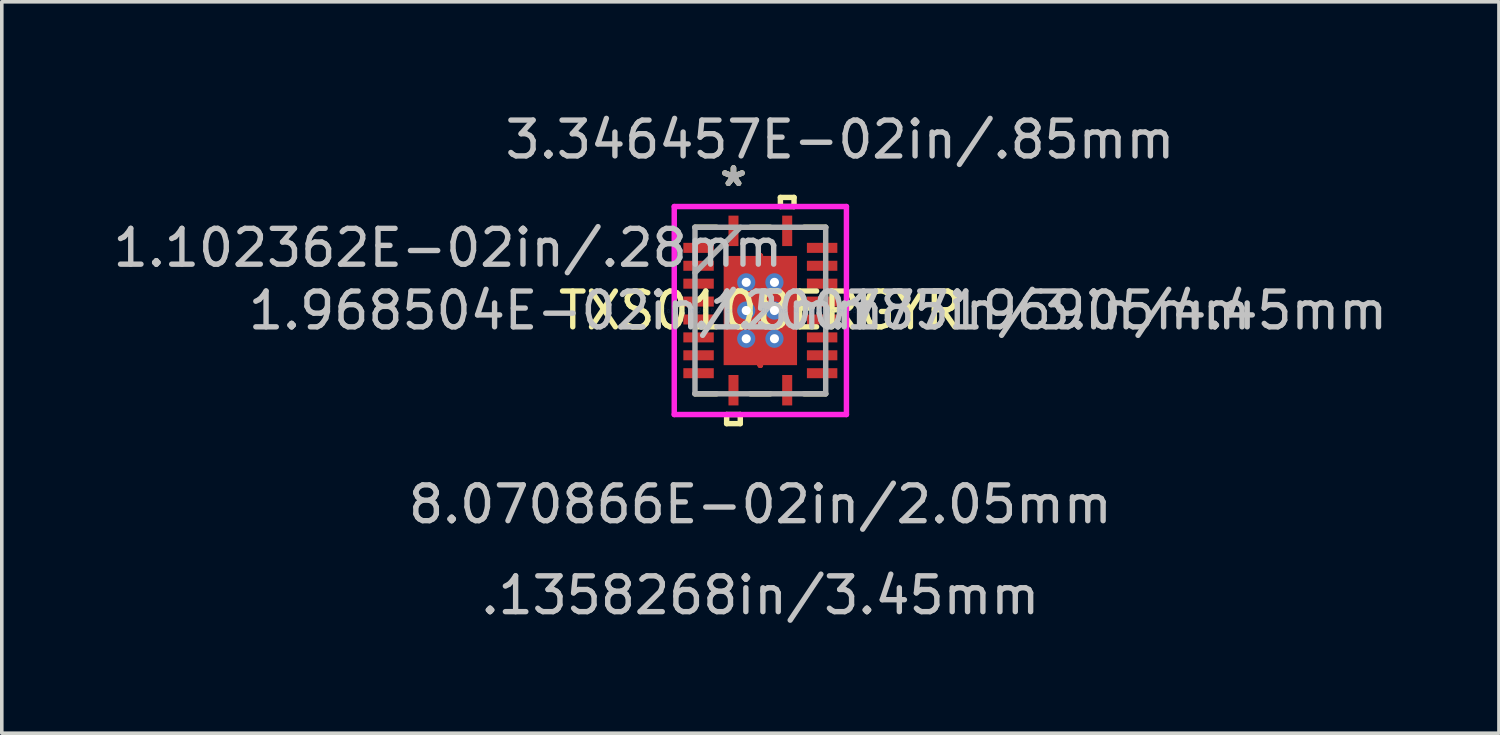
<source format=kicad_pcb>
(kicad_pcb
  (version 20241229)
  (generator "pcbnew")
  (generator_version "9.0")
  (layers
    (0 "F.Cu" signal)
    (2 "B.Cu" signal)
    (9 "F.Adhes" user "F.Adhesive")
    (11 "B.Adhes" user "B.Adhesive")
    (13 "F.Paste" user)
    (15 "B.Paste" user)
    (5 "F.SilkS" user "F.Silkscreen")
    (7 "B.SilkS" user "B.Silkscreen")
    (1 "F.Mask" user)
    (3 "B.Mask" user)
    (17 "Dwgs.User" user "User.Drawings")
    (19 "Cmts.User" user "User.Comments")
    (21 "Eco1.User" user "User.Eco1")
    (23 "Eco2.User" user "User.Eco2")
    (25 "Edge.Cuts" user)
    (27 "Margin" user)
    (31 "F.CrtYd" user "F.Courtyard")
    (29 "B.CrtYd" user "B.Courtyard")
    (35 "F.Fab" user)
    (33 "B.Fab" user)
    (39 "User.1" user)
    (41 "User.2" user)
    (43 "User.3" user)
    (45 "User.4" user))
  (footprint "TXS0108ERGYR"
    (layer "F.Cu")
    (at 18.181 5.621)
    (property "Reference" "TXS0108ERGYR" (at 0 0 0) (layer "F.SilkS") (effects (font (size 1 1) (thickness 0.15))))
    (attr through_hole)
    (fp_line (start 0 -1.525) (end 0 -1.525) (stroke (width 0.152) (type solid)) (layer "F.Cu"))
    (fp_line (start 0 -1.525) (end 0 -1.525) (stroke (width 0.152) (type solid)) (layer "F.Cu"))
    (fp_line (start 0 -1.525) (end 0 -1.525) (stroke (width 0.152) (type solid)) (layer "F.Cu"))
    (fp_line (start 0 -1.525) (end 0 -1.525) (stroke (width 0.152) (type solid)) (layer "F.Cu"))
    (fp_line (start 0 -1.525) (end 0 -1.525) (stroke (width 0.152) (type solid)) (layer "F.Cu"))
    (fp_line (start 0 -1.525) (end 0 -1.525) (stroke (width 0.152) (type solid)) (layer "F.Cu"))
    (fp_line (start 0 -1.525) (end 0 -1.525) (stroke (width 0.152) (type solid)) (layer "F.Cu"))
    (fp_line (start 0 -1.525) (end 0 -1.525) (stroke (width 0.152) (type solid)) (layer "F.Cu"))
    (fp_line (start 0 1.525) (end 0 1.525) (stroke (width 0.152) (type solid)) (layer "F.Cu"))
    (fp_line (start 0 1.525) (end 0 1.525) (stroke (width 0.152) (type solid)) (layer "F.Cu"))
    (fp_line (start 0 1.525) (end 0 1.525) (stroke (width 0.152) (type solid)) (layer "F.Cu"))
    (fp_line (start 0 1.525) (end 0 1.525) (stroke (width 0.152) (type solid)) (layer "F.Cu"))
    (fp_line (start 0 1.525) (end 0 1.525) (stroke (width 0.152) (type solid)) (layer "F.Cu"))
    (fp_line (start 0 1.525) (end 0 1.525) (stroke (width 0.152) (type solid)) (layer "F.Cu"))
    (fp_line (start 0 1.525) (end 0 1.525) (stroke (width 0.152) (type solid)) (layer "F.Cu"))
    (fp_line (start 0 1.525) (end 0 1.525) (stroke (width 0.152) (type solid)) (layer "F.Cu"))
    (fp_line (start -2.22 -1.96) (end -2.22 -1.54) (stroke (width 0.152) (type solid)) (layer "F.Mask"))
    (fp_line (start -2.22 -1.54) (end -1.23 -1.54) (stroke (width 0.152) (type solid)) (layer "F.Mask"))
    (fp_line (start -2.22 -1.46) (end -2.22 -1.04) (stroke (width 0.152) (type solid)) (layer "F.Mask"))
    (fp_line (start -2.22 -1.04) (end -1.23 -1.04) (stroke (width 0.152) (type solid)) (layer "F.Mask"))
    (fp_line (start -2.22 -0.96) (end -2.22 -0.54) (stroke (width 0.152) (type solid)) (layer "F.Mask"))
    (fp_line (start -2.22 -0.54) (end -1.23 -0.54) (stroke (width 0.152) (type solid)) (layer "F.Mask"))
    (fp_line (start -2.22 -0.46) (end -2.22 -0.04) (stroke (width 0.152) (type solid)) (layer "F.Mask"))
    (fp_line (start -2.22 -0.04) (end -1.23 -0.04) (stroke (width 0.152) (type solid)) (layer "F.Mask"))
    (fp_line (start -2.22 0.04) (end -2.22 0.46) (stroke (width 0.152) (type solid)) (layer "F.Mask"))
    (fp_line (start -2.22 0.46) (end -1.23 0.46) (stroke (width 0.152) (type solid)) (layer "F.Mask"))
    (fp_line (start -2.22 0.54) (end -2.22 0.96) (stroke (width 0.152) (type solid)) (layer "F.Mask"))
    (fp_line (start -2.22 0.96) (end -1.23 0.96) (stroke (width 0.152) (type solid)) (layer "F.Mask"))
    (fp_line (start -2.22 1.04) (end -2.22 1.46) (stroke (width 0.152) (type solid)) (layer "F.Mask"))
    (fp_line (start -2.22 1.46) (end -1.23 1.46) (stroke (width 0.152) (type solid)) (layer "F.Mask"))
    (fp_line (start -2.22 1.54) (end -2.22 1.96) (stroke (width 0.152) (type solid)) (layer "F.Mask"))
    (fp_line (start -2.22 1.96) (end -1.23 1.96) (stroke (width 0.152) (type solid)) (layer "F.Mask"))
    (fp_line (start -1.23 -1.96) (end -2.22 -1.96) (stroke (width 0.152) (type solid)) (layer "F.Mask"))
    (fp_line (start -1.23 -1.54) (end -1.23 -1.96) (stroke (width 0.152) (type solid)) (layer "F.Mask"))
    (fp_line (start -1.23 -1.46) (end -2.22 -1.46) (stroke (width 0.152) (type solid)) (layer "F.Mask"))
    (fp_line (start -1.23 -1.04) (end -1.23 -1.46) (stroke (width 0.152) (type solid)) (layer "F.Mask"))
    (fp_line (start -1.23 -0.96) (end -2.22 -0.96) (stroke (width 0.152) (type solid)) (layer "F.Mask"))
    (fp_line (start -1.23 -0.54) (end -1.23 -0.96) (stroke (width 0.152) (type solid)) (layer "F.Mask"))
    (fp_line (start -1.23 -0.46) (end -2.22 -0.46) (stroke (width 0.152) (type solid)) (layer "F.Mask"))
    (fp_line (start -1.23 -0.04) (end -1.23 -0.46) (stroke (width 0.152) (type solid)) (layer "F.Mask"))
    (fp_line (start -1.23 0.04) (end -2.22 0.04) (stroke (width 0.152) (type solid)) (layer "F.Mask"))
    (fp_line (start -1.23 0.46) (end -1.23 0.04) (stroke (width 0.152) (type solid)) (layer "F.Mask"))
    (fp_line (start -1.23 0.54) (end -2.22 0.54) (stroke (width 0.152) (type solid)) (layer "F.Mask"))
    (fp_line (start -1.23 0.96) (end -1.23 0.54) (stroke (width 0.152) (type solid)) (layer "F.Mask"))
    (fp_line (start -1.23 1.04) (end -2.22 1.04) (stroke (width 0.152) (type solid)) (layer "F.Mask"))
    (fp_line (start -1.23 1.46) (end -1.23 1.04) (stroke (width 0.152) (type solid)) (layer "F.Mask"))
    (fp_line (start -1.23 1.54) (end -2.22 1.54) (stroke (width 0.152) (type solid)) (layer "F.Mask"))
    (fp_line (start -1.23 1.96) (end -1.23 1.54) (stroke (width 0.152) (type solid)) (layer "F.Mask"))
    (fp_line (start -1.089 -1.588) (end -0.594 -1.588) (stroke (width 0.152) (type solid)) (layer "F.Mask"))
    (fp_line (start -1.089 -1.588) (end 1.089 -1.588) (stroke (width 0.152) (type solid)) (layer "F.Mask"))
    (fp_line (start -1.089 -0.987) (end -1.089 -1.588) (stroke (width 0.152) (type solid)) (layer "F.Mask"))
    (fp_line (start -1.089 -0.587) (end 1.089 -0.587) (stroke (width 0.152) (type solid)) (layer "F.Mask"))
    (fp_line (start -1.089 -0.2) (end -1.089 -0.587) (stroke (width 0.152) (type solid)) (layer "F.Mask"))
    (fp_line (start -1.089 0.2) (end 1.089 0.2) (stroke (width 0.152) (type solid)) (layer "F.Mask"))
    (fp_line (start -1.089 0.587) (end -1.089 0.2) (stroke (width 0.152) (type solid)) (layer "F.Mask"))
    (fp_line (start -1.089 0.987) (end 1.089 0.987) (stroke (width 0.152) (type solid)) (layer "F.Mask"))
    (fp_line (start -1.089 1.588) (end -1.089 -1.588) (stroke (width 0.152) (type solid)) (layer "F.Mask"))
    (fp_line (start -1.089 1.588) (end -1.089 0.987) (stroke (width 0.152) (type solid)) (layer "F.Mask"))
    (fp_line (start -0.96 -2.72) (end -0.96 -1.73) (stroke (width 0.152) (type solid)) (layer "F.Mask"))
    (fp_line (start -0.96 -1.73) (end -0.54 -1.73) (stroke (width 0.152) (type solid)) (layer "F.Mask"))
    (fp_line (start -0.96 1.73) (end -0.96 2.72) (stroke (width 0.152) (type solid)) (layer "F.Mask"))
    (fp_line (start -0.96 2.72) (end -0.54 2.72) (stroke (width 0.152) (type solid)) (layer "F.Mask"))
    (fp_line (start -0.594 -1.588) (end -0.594 1.588) (stroke (width 0.152) (type solid)) (layer "F.Mask"))
    (fp_line (start -0.594 1.588) (end -1.089 1.588) (stroke (width 0.152) (type solid)) (layer "F.Mask"))
    (fp_line (start -0.54 -2.72) (end -0.96 -2.72) (stroke (width 0.152) (type solid)) (layer "F.Mask"))
    (fp_line (start -0.54 -1.73) (end -0.54 -2.72) (stroke (width 0.152) (type solid)) (layer "F.Mask"))
    (fp_line (start -0.54 1.73) (end -0.96 1.73) (stroke (width 0.152) (type solid)) (layer "F.Mask"))
    (fp_line (start -0.54 2.72) (end -0.54 1.73) (stroke (width 0.152) (type solid)) (layer "F.Mask"))
    (fp_line (start -0.194 -1.588) (end -0.194 1.588) (stroke (width 0.152) (type solid)) (layer "F.Mask"))
    (fp_line (start -0.194 1.588) (end 0.194 1.588) (stroke (width 0.152) (type solid)) (layer "F.Mask"))
    (fp_line (start 0 -1.525) (end 0 -1.525) (stroke (width 0.152) (type solid)) (layer "F.Mask"))
    (fp_line (start 0 -1.525) (end 0 -1.525) (stroke (width 0.152) (type solid)) (layer "F.Mask"))
    (fp_line (start 0 -1.525) (end 0 -1.525) (stroke (width 0.152) (type solid)) (layer "F.Mask"))
    (fp_line (start 0 -1.525) (end 0 -1.525) (stroke (width 0.152) (type solid)) (layer "F.Mask"))
    (fp_line (start 0 -1.525) (end 0 -1.525) (stroke (width 0.152) (type solid)) (layer "F.Mask"))
    (fp_line (start 0 -1.525) (end 0 -1.525) (stroke (width 0.152) (type solid)) (layer "F.Mask"))
    (fp_line (start 0 -1.525) (end 0 -1.525) (stroke (width 0.152) (type solid)) (layer "F.Mask"))
    (fp_line (start 0 -1.525) (end 0 -1.525) (stroke (width 0.152) (type solid)) (layer "F.Mask"))
    (fp_line (start 0 1.525) (end 0 1.525) (stroke (width 0.152) (type solid)) (layer "F.Mask"))
    (fp_line (start 0 1.525) (end 0 1.525) (stroke (width 0.152) (type solid)) (layer "F.Mask"))
    (fp_line (start 0 1.525) (end 0 1.525) (stroke (width 0.152) (type solid)) (layer "F.Mask"))
    (fp_line (start 0 1.525) (end 0 1.525) (stroke (width 0.152) (type solid)) (layer "F.Mask"))
    (fp_line (start 0 1.525) (end 0 1.525) (stroke (width 0.152) (type solid)) (layer "F.Mask"))
    (fp_line (start 0 1.525) (end 0 1.525) (stroke (width 0.152) (type solid)) (layer "F.Mask"))
    (fp_line (start 0 1.525) (end 0 1.525) (stroke (width 0.152) (type solid)) (layer "F.Mask"))
    (fp_line (start 0 1.525) (end 0 1.525) (stroke (width 0.152) (type solid)) (layer "F.Mask"))
    (fp_line (start 0.194 -1.588) (end -0.194 -1.588) (stroke (width 0.152) (type solid)) (layer "F.Mask"))
    (fp_line (start 0.194 1.588) (end 0.194 -1.588) (stroke (width 0.152) (type solid)) (layer "F.Mask"))
    (fp_line (start 0.54 -2.72) (end 0.54 -1.73) (stroke (width 0.152) (type solid)) (layer "F.Mask"))
    (fp_line (start 0.54 -1.73) (end 0.96 -1.73) (stroke (width 0.152) (type solid)) (layer "F.Mask"))
    (fp_line (start 0.54 1.73) (end 0.54 2.72) (stroke (width 0.152) (type solid)) (layer "F.Mask"))
    (fp_line (start 0.54 2.72) (end 0.96 2.72) (stroke (width 0.152) (type solid)) (layer "F.Mask"))
    (fp_line (start 0.594 -1.588) (end 1.089 -1.588) (stroke (width 0.152) (type solid)) (layer "F.Mask"))
    (fp_line (start 0.594 1.588) (end 0.594 -1.588) (stroke (width 0.152) (type solid)) (layer "F.Mask"))
    (fp_line (start 0.96 -2.72) (end 0.54 -2.72) (stroke (width 0.152) (type solid)) (layer "F.Mask"))
    (fp_line (start 0.96 -1.73) (end 0.96 -2.72) (stroke (width 0.152) (type solid)) (layer "F.Mask"))
    (fp_line (start 0.96 1.73) (end 0.54 1.73) (stroke (width 0.152) (type solid)) (layer "F.Mask"))
    (fp_line (start 0.96 2.72) (end 0.96 1.73) (stroke (width 0.152) (type solid)) (layer "F.Mask"))
    (fp_line (start 1.089 -1.588) (end 1.089 -0.987) (stroke (width 0.152) (type solid)) (layer "F.Mask"))
    (fp_line (start 1.089 -1.588) (end 1.089 1.588) (stroke (width 0.152) (type solid)) (layer "F.Mask"))
    (fp_line (start 1.089 -0.987) (end -1.089 -0.987) (stroke (width 0.152) (type solid)) (layer "F.Mask"))
    (fp_line (start 1.089 -0.587) (end 1.089 -0.2) (stroke (width 0.152) (type solid)) (layer "F.Mask"))
    (fp_line (start 1.089 -0.2) (end -1.089 -0.2) (stroke (width 0.152) (type solid)) (layer "F.Mask"))
    (fp_line (start 1.089 0.2) (end 1.089 0.587) (stroke (width 0.152) (type solid)) (layer "F.Mask"))
    (fp_line (start 1.089 0.587) (end -1.089 0.587) (stroke (width 0.152) (type solid)) (layer "F.Mask"))
    (fp_line (start 1.089 0.987) (end 1.089 1.588) (stroke (width 0.152) (type solid)) (layer "F.Mask"))
    (fp_line (start 1.089 1.588) (end -1.089 1.588) (stroke (width 0.152) (type solid)) (layer "F.Mask"))
    (fp_line (start 1.089 1.588) (end 0.594 1.588) (stroke (width 0.152) (type solid)) (layer "F.Mask"))
    (fp_line (start 1.23 -1.96) (end 1.23 -1.54) (stroke (width 0.152) (type solid)) (layer "F.Mask"))
    (fp_line (start 1.23 -1.54) (end 2.22 -1.54) (stroke (width 0.152) (type solid)) (layer "F.Mask"))
    (fp_line (start 1.23 -1.46) (end 1.23 -1.04) (stroke (width 0.152) (type solid)) (layer "F.Mask"))
    (fp_line (start 1.23 -1.04) (end 2.22 -1.04) (stroke (width 0.152) (type solid)) (layer "F.Mask"))
    (fp_line (start 1.23 -0.96) (end 1.23 -0.54) (stroke (width 0.152) (type solid)) (layer "F.Mask"))
    (fp_line (start 1.23 -0.54) (end 2.22 -0.54) (stroke (width 0.152) (type solid)) (layer "F.Mask"))
    (fp_line (start 1.23 -0.46) (end 1.23 -0.04) (stroke (width 0.152) (type solid)) (layer "F.Mask"))
    (fp_line (start 1.23 -0.04) (end 2.22 -0.04) (stroke (width 0.152) (type solid)) (layer "F.Mask"))
    (fp_line (start 1.23 0.04) (end 1.23 0.46) (stroke (width 0.152) (type solid)) (layer "F.Mask"))
    (fp_line (start 1.23 0.46) (end 2.22 0.46) (stroke (width 0.152) (type solid)) (layer "F.Mask"))
    (fp_line (start 1.23 0.54) (end 1.23 0.96) (stroke (width 0.152) (type solid)) (layer "F.Mask"))
    (fp_line (start 1.23 0.96) (end 2.22 0.96) (stroke (width 0.152) (type solid)) (layer "F.Mask"))
    (fp_line (start 1.23 1.04) (end 1.23 1.46) (stroke (width 0.152) (type solid)) (layer "F.Mask"))
    (fp_line (start 1.23 1.46) (end 2.22 1.46) (stroke (width 0.152) (type solid)) (layer "F.Mask"))
    (fp_line (start 1.23 1.54) (end 1.23 1.96) (stroke (width 0.152) (type solid)) (layer "F.Mask"))
    (fp_line (start 1.23 1.96) (end 2.22 1.96) (stroke (width 0.152) (type solid)) (layer "F.Mask"))
    (fp_line (start 2.22 -1.96) (end 1.23 -1.96) (stroke (width 0.152) (type solid)) (layer "F.Mask"))
    (fp_line (start 2.22 -1.54) (end 2.22 -1.96) (stroke (width 0.152) (type solid)) (layer "F.Mask"))
    (fp_line (start 2.22 -1.46) (end 1.23 -1.46) (stroke (width 0.152) (type solid)) (layer "F.Mask"))
    (fp_line (start 2.22 -1.04) (end 2.22 -1.46) (stroke (width 0.152) (type solid)) (layer "F.Mask"))
    (fp_line (start 2.22 -0.96) (end 1.23 -0.96) (stroke (width 0.152) (type solid)) (layer "F.Mask"))
    (fp_line (start 2.22 -0.54) (end 2.22 -0.96) (stroke (width 0.152) (type solid)) (layer "F.Mask"))
    (fp_line (start 2.22 -0.46) (end 1.23 -0.46) (stroke (width 0.152) (type solid)) (layer "F.Mask"))
    (fp_line (start 2.22 -0.04) (end 2.22 -0.46) (stroke (width 0.152) (type solid)) (layer "F.Mask"))
    (fp_line (start 2.22 0.04) (end 1.23 0.04) (stroke (width 0.152) (type solid)) (layer "F.Mask"))
    (fp_line (start 2.22 0.46) (end 2.22 0.04) (stroke (width 0.152) (type solid)) (layer "F.Mask"))
    (fp_line (start 2.22 0.54) (end 1.23 0.54) (stroke (width 0.152) (type solid)) (layer "F.Mask"))
    (fp_line (start 2.22 0.96) (end 2.22 0.54) (stroke (width 0.152) (type solid)) (layer "F.Mask"))
    (fp_line (start 2.22 1.04) (end 1.23 1.04) (stroke (width 0.152) (type solid)) (layer "F.Mask"))
    (fp_line (start 2.22 1.46) (end 2.22 1.04) (stroke (width 0.152) (type solid)) (layer "F.Mask"))
    (fp_line (start 2.22 1.54) (end 1.23 1.54) (stroke (width 0.152) (type solid)) (layer "F.Mask"))
    (fp_line (start 2.22 1.96) (end 2.22 1.54) (stroke (width 0.152) (type solid)) (layer "F.Mask"))
    (fp_line (start -1.825 2.325) (end -1.223 2.325) (stroke (width 0.152) (type solid)) (layer "F.SilkS"))
    (fp_line (start -1.223 -2.325) (end -1.825 -2.325) (stroke (width 0.152) (type solid)) (layer "F.SilkS"))
    (fp_line (start -0.941 2.904) (end -0.941 3.158) (stroke (width 0.152) (type solid)) (layer "F.SilkS"))
    (fp_line (start -0.941 3.158) (end -0.56 3.158) (stroke (width 0.152) (type solid)) (layer "F.SilkS"))
    (fp_line (start -0.56 2.904) (end -0.941 2.904) (stroke (width 0.152) (type solid)) (layer "F.SilkS"))
    (fp_line (start -0.56 3.158) (end -0.56 2.904) (stroke (width 0.152) (type solid)) (layer "F.SilkS"))
    (fp_line (start -0.277 2.325) (end 0.277 2.325) (stroke (width 0.152) (type solid)) (layer "F.SilkS"))
    (fp_line (start 0.277 -2.325) (end -0.277 -2.325) (stroke (width 0.152) (type solid)) (layer "F.SilkS"))
    (fp_line (start 0.56 -3.158) (end 0.941 -3.158) (stroke (width 0.152) (type solid)) (layer "F.SilkS"))
    (fp_line (start 0.56 -2.904) (end 0.56 -3.158) (stroke (width 0.152) (type solid)) (layer "F.SilkS"))
    (fp_line (start 0.941 -3.158) (end 0.941 -2.904) (stroke (width 0.152) (type solid)) (layer "F.SilkS"))
    (fp_line (start 0.941 -2.904) (end 0.56 -2.904) (stroke (width 0.152) (type solid)) (layer "F.SilkS"))
    (fp_line (start 1.223 2.325) (end 1.825 2.325) (stroke (width 0.152) (type solid)) (layer "F.SilkS"))
    (fp_line (start 1.825 -2.325) (end 1.223 -2.325) (stroke (width 0.152) (type solid)) (layer "F.SilkS"))
    (fp_line (start -2.125 -1.865) (end -2.125 -1.635) (stroke (width 0.152) (type solid)) (layer "F.Paste"))
    (fp_line (start -2.125 -1.635) (end -1.325 -1.635) (stroke (width 0.152) (type solid)) (layer "F.Paste"))
    (fp_line (start -2.125 -1.365) (end -2.125 -1.135) (stroke (width 0.152) (type solid)) (layer "F.Paste"))
    (fp_line (start -2.125 -1.135) (end -1.325 -1.135) (stroke (width 0.152) (type solid)) (layer "F.Paste"))
    (fp_line (start -2.125 -0.865) (end -2.125 -0.635) (stroke (width 0.152) (type solid)) (layer "F.Paste"))
    (fp_line (start -2.125 -0.635) (end -1.325 -0.635) (stroke (width 0.152) (type solid)) (layer "F.Paste"))
    (fp_line (start -2.125 -0.365) (end -2.125 -0.135) (stroke (width 0.152) (type solid)) (layer "F.Paste"))
    (fp_line (start -2.125 -0.135) (end -1.325 -0.135) (stroke (width 0.152) (type solid)) (layer "F.Paste"))
    (fp_line (start -2.125 0.135) (end -2.125 0.365) (stroke (width 0.152) (type solid)) (layer "F.Paste"))
    (fp_line (start -2.125 0.365) (end -1.325 0.365) (stroke (width 0.152) (type solid)) (layer "F.Paste"))
    (fp_line (start -2.125 0.635) (end -2.125 0.865) (stroke (width 0.152) (type solid)) (layer "F.Paste"))
    (fp_line (start -2.125 0.865) (end -1.325 0.865) (stroke (width 0.152) (type solid)) (layer "F.Paste"))
    (fp_line (start -2.125 1.135) (end -2.125 1.365) (stroke (width 0.152) (type solid)) (layer "F.Paste"))
    (fp_line (start -2.125 1.365) (end -1.325 1.365) (stroke (width 0.152) (type solid)) (layer "F.Paste"))
    (fp_line (start -2.125 1.635) (end -2.125 1.865) (stroke (width 0.152) (type solid)) (layer "F.Paste"))
    (fp_line (start -2.125 1.865) (end -1.325 1.865) (stroke (width 0.152) (type solid)) (layer "F.Paste"))
    (fp_line (start -1.325 -1.865) (end -2.125 -1.865) (stroke (width 0.152) (type solid)) (layer "F.Paste"))
    (fp_line (start -1.325 -1.635) (end -1.325 -1.865) (stroke (width 0.152) (type solid)) (layer "F.Paste"))
    (fp_line (start -1.325 -1.365) (end -2.125 -1.365) (stroke (width 0.152) (type solid)) (layer "F.Paste"))
    (fp_line (start -1.325 -1.135) (end -1.325 -1.365) (stroke (width 0.152) (type solid)) (layer "F.Paste"))
    (fp_line (start -1.325 -0.865) (end -2.125 -0.865) (stroke (width 0.152) (type solid)) (layer "F.Paste"))
    (fp_line (start -1.325 -0.635) (end -1.325 -0.865) (stroke (width 0.152) (type solid)) (layer "F.Paste"))
    (fp_line (start -1.325 -0.365) (end -2.125 -0.365) (stroke (width 0.152) (type solid)) (layer "F.Paste"))
    (fp_line (start -1.325 -0.135) (end -1.325 -0.365) (stroke (width 0.152) (type solid)) (layer "F.Paste"))
    (fp_line (start -1.325 0.135) (end -2.125 0.135) (stroke (width 0.152) (type solid)) (layer "F.Paste"))
    (fp_line (start -1.325 0.365) (end -1.325 0.135) (stroke (width 0.152) (type solid)) (layer "F.Paste"))
    (fp_line (start -1.325 0.635) (end -2.125 0.635) (stroke (width 0.152) (type solid)) (layer "F.Paste"))
    (fp_line (start -1.325 0.865) (end -1.325 0.635) (stroke (width 0.152) (type solid)) (layer "F.Paste"))
    (fp_line (start -1.325 1.135) (end -2.125 1.135) (stroke (width 0.152) (type solid)) (layer "F.Paste"))
    (fp_line (start -1.325 1.365) (end -1.325 1.135) (stroke (width 0.152) (type solid)) (layer "F.Paste"))
    (fp_line (start -1.325 1.635) (end -2.125 1.635) (stroke (width 0.152) (type solid)) (layer "F.Paste"))
    (fp_line (start -1.325 1.865) (end -1.325 1.635) (stroke (width 0.152) (type solid)) (layer "F.Paste"))
    (fp_line (start -0.95 -1.45) (end -0.95 -0.887) (stroke (width 0.152) (type solid)) (layer "F.Paste"))
    (fp_line (start -0.95 -0.887) (end -0.635 -0.887) (stroke (width 0.152) (type solid)) (layer "F.Paste"))
    (fp_line (start -0.95 -0.687) (end -0.95 -0.1) (stroke (width 0.152) (type solid)) (layer "F.Paste"))
    (fp_line (start -0.95 -0.1) (end -0.635 -0.1) (stroke (width 0.152) (type solid)) (layer "F.Paste"))
    (fp_line (start -0.95 0.1) (end -0.95 0.687) (stroke (width 0.152) (type solid)) (layer "F.Paste"))
    (fp_line (start -0.95 0.687) (end -0.635 0.687) (stroke (width 0.152) (type solid)) (layer "F.Paste"))
    (fp_line (start -0.95 0.887) (end -0.95 1.45) (stroke (width 0.152) (type solid)) (layer "F.Paste"))
    (fp_line (start -0.95 1.45) (end -0.494 1.45) (stroke (width 0.152) (type solid)) (layer "F.Paste"))
    (fp_line (start -0.865 -2.625) (end -0.865 -1.825) (stroke (width 0.152) (type solid)) (layer "F.Paste"))
    (fp_line (start -0.865 -1.825) (end -0.635 -1.825) (stroke (width 0.152) (type solid)) (layer "F.Paste"))
    (fp_line (start -0.865 1.825) (end -0.865 2.625) (stroke (width 0.152) (type solid)) (layer "F.Paste"))
    (fp_line (start -0.865 2.625) (end -0.635 2.625) (stroke (width 0.152) (type solid)) (layer "F.Paste"))
    (fp_line (start -0.635 -0.887) (end -0.635 -0.887) (stroke (width 0.152) (type solid)) (layer "F.Paste"))
    (fp_line (start -0.635 -0.887) (end -0.494 -1.029) (stroke (width 0.152) (type solid)) (layer "F.Paste"))
    (fp_line (start -0.635 -0.687) (end -0.95 -0.687) (stroke (width 0.152) (type solid)) (layer "F.Paste"))
    (fp_line (start -0.635 -0.687) (end -0.635 -0.687) (stroke (width 0.152) (type solid)) (layer "F.Paste"))
    (fp_line (start -0.635 -0.1) (end -0.635 -0.1) (stroke (width 0.152) (type solid)) (layer "F.Paste"))
    (fp_line (start -0.635 -0.1) (end -0.494 -0.241) (stroke (width 0.152) (type solid)) (layer "F.Paste"))
    (fp_line (start -0.635 0.1) (end -0.95 0.1) (stroke (width 0.152) (type solid)) (layer "F.Paste"))
    (fp_line (start -0.635 0.1) (end -0.635 0.1) (stroke (width 0.152) (type solid)) (layer "F.Paste"))
    (fp_line (start -0.635 0.687) (end -0.635 0.687) (stroke (width 0.152) (type solid)) (layer "F.Paste"))
    (fp_line (start -0.635 0.687) (end -0.494 0.546) (stroke (width 0.152) (type solid)) (layer "F.Paste"))
    (fp_line (start -0.635 0.887) (end -0.95 0.887) (stroke (width 0.152) (type solid)) (layer "F.Paste"))
    (fp_line (start -0.635 0.887) (end -0.635 0.887) (stroke (width 0.152) (type solid)) (layer "F.Paste"))
    (fp_line (start -0.635 -2.625) (end -0.865 -2.625) (stroke (width 0.152) (type solid)) (layer "F.Paste"))
    (fp_line (start -0.635 -1.825) (end -0.635 -2.625) (stroke (width 0.152) (type solid)) (layer "F.Paste"))
    (fp_line (start -0.635 1.825) (end -0.865 1.825) (stroke (width 0.152) (type solid)) (layer "F.Paste"))
    (fp_line (start -0.635 2.625) (end -0.635 1.825) (stroke (width 0.152) (type solid)) (layer "F.Paste"))
    (fp_line (start -0.494 -1.45) (end -0.95 -1.45) (stroke (width 0.152) (type solid)) (layer "F.Paste"))
    (fp_line (start -0.494 -1.029) (end -0.494 -1.45) (stroke (width 0.152) (type solid)) (layer "F.Paste"))
    (fp_line (start -0.494 -1.029) (end -0.494 -1.029) (stroke (width 0.152) (type solid)) (layer "F.Paste"))
    (fp_line (start -0.494 -0.546) (end -0.635 -0.687) (stroke (width 0.152) (type solid)) (layer "F.Paste"))
    (fp_line (start -0.494 -0.546) (end -0.494 -0.546) (stroke (width 0.152) (type solid)) (layer "F.Paste"))
    (fp_line (start -0.494 -0.241) (end -0.494 -0.546) (stroke (width 0.152) (type solid)) (layer "F.Paste"))
    (fp_line (start -0.494 -0.241) (end -0.494 -0.241) (stroke (width 0.152) (type solid)) (layer "F.Paste"))
    (fp_line (start -0.494 0.241) (end -0.635 0.1) (stroke (width 0.152) (type solid)) (layer "F.Paste"))
    (fp_line (start -0.494 0.241) (end -0.494 0.241) (stroke (width 0.152) (type solid)) (layer "F.Paste"))
    (fp_line (start -0.494 0.546) (end -0.494 0.241) (stroke (width 0.152) (type solid)) (layer "F.Paste"))
    (fp_line (start -0.494 0.546) (end -0.494 0.546) (stroke (width 0.152) (type solid)) (layer "F.Paste"))
    (fp_line (start -0.494 1.029) (end -0.635 0.887) (stroke (width 0.152) (type solid)) (layer "F.Paste"))
    (fp_line (start -0.494 1.029) (end -0.494 1.029) (stroke (width 0.152) (type solid)) (layer "F.Paste"))
    (fp_line (start -0.494 1.45) (end -0.494 1.029) (stroke (width 0.152) (type solid)) (layer "F.Paste"))
    (fp_line (start -0.294 -1.45) (end -0.294 -1.029) (stroke (width 0.152) (type solid)) (layer "F.Paste"))
    (fp_line (start -0.294 -1.029) (end -0.294 -1.029) (stroke (width 0.152) (type solid)) (layer "F.Paste"))
    (fp_line (start -0.294 -1.029) (end -0.152 -0.887) (stroke (width 0.152) (type solid)) (layer "F.Paste"))
    (fp_line (start -0.294 -0.546) (end -0.294 -0.546) (stroke (width 0.152) (type solid)) (layer "F.Paste"))
    (fp_line (start -0.294 -0.546) (end -0.294 -0.241) (stroke (width 0.152) (type solid)) (layer "F.Paste"))
    (fp_line (start -0.294 -0.241) (end -0.294 -0.241) (stroke (width 0.152) (type solid)) (layer "F.Paste"))
    (fp_line (start -0.294 -0.241) (end -0.152 -0.1) (stroke (width 0.152) (type solid)) (layer "F.Paste"))
    (fp_line (start -0.294 0.241) (end -0.294 0.241) (stroke (width 0.152) (type solid)) (layer "F.Paste"))
    (fp_line (start -0.294 0.241) (end -0.294 0.546) (stroke (width 0.152) (type solid)) (layer "F.Paste"))
    (fp_line (start -0.294 0.546) (end -0.294 0.546) (stroke (width 0.152) (type solid)) (layer "F.Paste"))
    (fp_line (start -0.294 0.546) (end -0.152 0.687) (stroke (width 0.152) (type solid)) (layer "F.Paste"))
    (fp_line (start -0.294 1.029) (end -0.294 1.029) (stroke (width 0.152) (type solid)) (layer "F.Paste"))
    (fp_line (start -0.294 1.029) (end -0.294 1.45) (stroke (width 0.152) (type solid)) (layer "F.Paste"))
    (fp_line (start -0.294 1.45) (end 0.294 1.45) (stroke (width 0.152) (type solid)) (layer "F.Paste"))
    (fp_line (start -0.152 -0.887) (end -0.152 -0.887) (stroke (width 0.152) (type solid)) (layer "F.Paste"))
    (fp_line (start -0.152 -0.887) (end 0.152 -0.887) (stroke (width 0.152) (type solid)) (layer "F.Paste"))
    (fp_line (start -0.152 -0.687) (end -0.294 -0.546) (stroke (width 0.152) (type solid)) (layer "F.Paste"))
    (fp_line (start -0.152 -0.687) (end -0.152 -0.687) (stroke (width 0.152) (type solid)) (layer "F.Paste"))
    (fp_line (start -0.152 -0.1) (end -0.152 -0.1) (stroke (width 0.152) (type solid)) (layer "F.Paste"))
    (fp_line (start -0.152 -0.1) (end 0.152 -0.1) (stroke (width 0.152) (type solid)) (layer "F.Paste"))
    (fp_line (start -0.152 0.1) (end -0.294 0.241) (stroke (width 0.152) (type solid)) (layer "F.Paste"))
    (fp_line (start -0.152 0.1) (end -0.152 0.1) (stroke (width 0.152) (type solid)) (layer "F.Paste"))
    (fp_line (start -0.152 0.687) (end -0.152 0.687) (stroke (width 0.152) (type solid)) (layer "F.Paste"))
    (fp_line (start -0.152 0.687) (end 0.152 0.687) (stroke (width 0.152) (type solid)) (layer "F.Paste"))
    (fp_line (start -0.152 0.887) (end -0.294 1.029) (stroke (width 0.152) (type solid)) (layer "F.Paste"))
    (fp_line (start -0.152 0.887) (end -0.152 0.887) (stroke (width 0.152) (type solid)) (layer "F.Paste"))
    (fp_line (start 0 -1.525) (end 0 -1.525) (stroke (width 0.152) (type solid)) (layer "F.Paste"))
    (fp_line (start 0 -1.525) (end 0 -1.525) (stroke (width 0.152) (type solid)) (layer "F.Paste"))
    (fp_line (start 0 -1.525) (end 0 -1.525) (stroke (width 0.152) (type solid)) (layer "F.Paste"))
    (fp_line (start 0 -1.525) (end 0 -1.525) (stroke (width 0.152) (type solid)) (layer "F.Paste"))
    (fp_line (start 0 -1.525) (end 0 -1.525) (stroke (width 0.152) (type solid)) (layer "F.Paste"))
    (fp_line (start 0 -1.525) (end 0 -1.525) (stroke (width 0.152) (type solid)) (layer "F.Paste"))
    (fp_line (start 0 -1.525) (end 0 -1.525) (stroke (width 0.152) (type solid)) (layer "F.Paste"))
    (fp_line (start 0 -1.525) (end 0 -1.525) (stroke (width 0.152) (type solid)) (layer "F.Paste"))
    (fp_line (start 0 1.525) (end 0 1.525) (stroke (width 0.152) (type solid)) (layer "F.Paste"))
    (fp_line (start 0 1.525) (end 0 1.525) (stroke (width 0.152) (type solid)) (layer "F.Paste"))
    (fp_line (start 0 1.525) (end 0 1.525) (stroke (width 0.152) (type solid)) (layer "F.Paste"))
    (fp_line (start 0 1.525) (end 0 1.525) (stroke (width 0.152) (type solid)) (layer "F.Paste"))
    (fp_line (start 0 1.525) (end 0 1.525) (stroke (width 0.152) (type solid)) (layer "F.Paste"))
    (fp_line (start 0 1.525) (end 0 1.525) (stroke (width 0.152) (type solid)) (layer "F.Paste"))
    (fp_line (start 0 1.525) (end 0 1.525) (stroke (width 0.152) (type solid)) (layer "F.Paste"))
    (fp_line (start 0 1.525) (end 0 1.525) (stroke (width 0.152) (type solid)) (layer "F.Paste"))
    (fp_line (start 0.152 -0.887) (end 0.152 -0.887) (stroke (width 0.152) (type solid)) (layer "F.Paste"))
    (fp_line (start 0.152 -0.887) (end 0.294 -1.029) (stroke (width 0.152) (type solid)) (layer "F.Paste"))
    (fp_line (start 0.152 -0.687) (end -0.152 -0.687) (stroke (width 0.152) (type solid)) (layer "F.Paste"))
    (fp_line (start 0.152 -0.687) (end 0.152 -0.687) (stroke (width 0.152) (type solid)) (layer "F.Paste"))
    (fp_line (start 0.152 -0.1) (end 0.152 -0.1) (stroke (width 0.152) (type solid)) (layer "F.Paste"))
    (fp_line (start 0.152 -0.1) (end 0.294 -0.241) (stroke (width 0.152) (type solid)) (layer "F.Paste"))
    (fp_line (start 0.152 0.1) (end -0.152 0.1) (stroke (width 0.152) (type solid)) (layer "F.Paste"))
    (fp_line (start 0.152 0.1) (end 0.152 0.1) (stroke (width 0.152) (type solid)) (layer "F.Paste"))
    (fp_line (start 0.152 0.687) (end 0.152 0.687) (stroke (width 0.152) (type solid)) (layer "F.Paste"))
    (fp_line (start 0.152 0.687) (end 0.294 0.546) (stroke (width 0.152) (type solid)) (layer "F.Paste"))
    (fp_line (start 0.152 0.887) (end -0.152 0.887) (stroke (width 0.152) (type solid)) (layer "F.Paste"))
    (fp_line (start 0.152 0.887) (end 0.152 0.887) (stroke (width 0.152) (type solid)) (layer "F.Paste"))
    (fp_line (start 0.294 -1.45) (end -0.294 -1.45) (stroke (width 0.152) (type solid)) (layer "F.Paste"))
    (fp_line (start 0.294 -1.029) (end 0.294 -1.45) (stroke (width 0.152) (type solid)) (layer "F.Paste"))
    (fp_line (start 0.294 -1.029) (end 0.294 -1.029) (stroke (width 0.152) (type solid)) (layer "F.Paste"))
    (fp_line (start 0.294 -0.546) (end 0.152 -0.687) (stroke (width 0.152) (type solid)) (layer "F.Paste"))
    (fp_line (start 0.294 -0.546) (end 0.294 -0.546) (stroke (width 0.152) (type solid)) (layer "F.Paste"))
    (fp_line (start 0.294 -0.241) (end 0.294 -0.546) (stroke (width 0.152) (type solid)) (layer "F.Paste"))
    (fp_line (start 0.294 -0.241) (end 0.294 -0.241) (stroke (width 0.152) (type solid)) (layer "F.Paste"))
    (fp_line (start 0.294 0.241) (end 0.152 0.1) (stroke (width 0.152) (type solid)) (layer "F.Paste"))
    (fp_line (start 0.294 0.241) (end 0.294 0.241) (stroke (width 0.152) (type solid)) (layer "F.Paste"))
    (fp_line (start 0.294 0.546) (end 0.294 0.241) (stroke (width 0.152) (type solid)) (layer "F.Paste"))
    (fp_line (start 0.294 0.546) (end 0.294 0.546) (stroke (width 0.152) (type solid)) (layer "F.Paste"))
    (fp_line (start 0.294 1.029) (end 0.152 0.887) (stroke (width 0.152) (type solid)) (layer "F.Paste"))
    (fp_line (start 0.294 1.029) (end 0.294 1.029) (stroke (width 0.152) (type solid)) (layer "F.Paste"))
    (fp_line (start 0.294 1.45) (end 0.294 1.029) (stroke (width 0.152) (type solid)) (layer "F.Paste"))
    (fp_line (start 0.494 -1.45) (end 0.494 -1.029) (stroke (width 0.152) (type solid)) (layer "F.Paste"))
    (fp_line (start 0.494 -1.029) (end 0.494 -1.029) (stroke (width 0.152) (type solid)) (layer "F.Paste"))
    (fp_line (start 0.494 -1.029) (end 0.635 -0.887) (stroke (width 0.152) (type solid)) (layer "F.Paste"))
    (fp_line (start 0.494 -0.546) (end 0.494 -0.546) (stroke (width 0.152) (type solid)) (layer "F.Paste"))
    (fp_line (start 0.494 -0.546) (end 0.494 -0.241) (stroke (width 0.152) (type solid)) (layer "F.Paste"))
    (fp_line (start 0.494 -0.241) (end 0.494 -0.241) (stroke (width 0.152) (type solid)) (layer "F.Paste"))
    (fp_line (start 0.494 -0.241) (end 0.635 -0.1) (stroke (width 0.152) (type solid)) (layer "F.Paste"))
    (fp_line (start 0.494 0.241) (end 0.494 0.241) (stroke (width 0.152) (type solid)) (layer "F.Paste"))
    (fp_line (start 0.494 0.241) (end 0.494 0.546) (stroke (width 0.152) (type solid)) (layer "F.Paste"))
    (fp_line (start 0.494 0.546) (end 0.494 0.546) (stroke (width 0.152) (type solid)) (layer "F.Paste"))
    (fp_line (start 0.494 0.546) (end 0.635 0.687) (stroke (width 0.152) (type solid)) (layer "F.Paste"))
    (fp_line (start 0.494 1.029) (end 0.494 1.029) (stroke (width 0.152) (type solid)) (layer "F.Paste"))
    (fp_line (start 0.494 1.029) (end 0.494 1.45) (stroke (width 0.152) (type solid)) (layer "F.Paste"))
    (fp_line (start 0.494 1.45) (end 0.95 1.45) (stroke (width 0.152) (type solid)) (layer "F.Paste"))
    (fp_line (start 0.635 -2.625) (end 0.635 -1.825) (stroke (width 0.152) (type solid)) (layer "F.Paste"))
    (fp_line (start 0.635 -1.825) (end 0.865 -1.825) (stroke (width 0.152) (type solid)) (layer "F.Paste"))
    (fp_line (start 0.635 1.825) (end 0.635 2.625) (stroke (width 0.152) (type solid)) (layer "F.Paste"))
    (fp_line (start 0.635 2.625) (end 0.865 2.625) (stroke (width 0.152) (type solid)) (layer "F.Paste"))
    (fp_line (start 0.635 -0.887) (end 0.635 -0.887) (stroke (width 0.152) (type solid)) (layer "F.Paste"))
    (fp_line (start 0.635 -0.887) (end 0.95 -0.887) (stroke (width 0.152) (type solid)) (layer "F.Paste"))
    (fp_line (start 0.635 -0.687) (end 0.494 -0.546) (stroke (width 0.152) (type solid)) (layer "F.Paste"))
    (fp_line (start 0.635 -0.687) (end 0.635 -0.687) (stroke (width 0.152) (type solid)) (layer "F.Paste"))
    (fp_line (start 0.635 -0.1) (end 0.635 -0.1) (stroke (width 0.152) (type solid)) (layer "F.Paste"))
    (fp_line (start 0.635 -0.1) (end 0.95 -0.1) (stroke (width 0.152) (type solid)) (layer "F.Paste"))
    (fp_line (start 0.635 0.1) (end 0.494 0.241) (stroke (width 0.152) (type solid)) (layer "F.Paste"))
    (fp_line (start 0.635 0.1) (end 0.635 0.1) (stroke (width 0.152) (type solid)) (layer "F.Paste"))
    (fp_line (start 0.635 0.687) (end 0.635 0.687) (stroke (width 0.152) (type solid)) (layer "F.Paste"))
    (fp_line (start 0.635 0.687) (end 0.95 0.687) (stroke (width 0.152) (type solid)) (layer "F.Paste"))
    (fp_line (start 0.635 0.887) (end 0.494 1.029) (stroke (width 0.152) (type solid)) (layer "F.Paste"))
    (fp_line (start 0.635 0.887) (end 0.635 0.887) (stroke (width 0.152) (type solid)) (layer "F.Paste"))
    (fp_line (start 0.865 -2.625) (end 0.635 -2.625) (stroke (width 0.152) (type solid)) (layer "F.Paste"))
    (fp_line (start 0.865 -1.825) (end 0.865 -2.625) (stroke (width 0.152) (type solid)) (layer "F.Paste"))
    (fp_line (start 0.865 1.825) (end 0.635 1.825) (stroke (width 0.152) (type solid)) (layer "F.Paste"))
    (fp_line (start 0.865 2.625) (end 0.865 1.825) (stroke (width 0.152) (type solid)) (layer "F.Paste"))
    (fp_line (start 0.95 -1.45) (end 0.494 -1.45) (stroke (width 0.152) (type solid)) (layer "F.Paste"))
    (fp_line (start 0.95 -0.887) (end 0.95 -1.45) (stroke (width 0.152) (type solid)) (layer "F.Paste"))
    (fp_line (start 0.95 -0.687) (end 0.635 -0.687) (stroke (width 0.152) (type solid)) (layer "F.Paste"))
    (fp_line (start 0.95 -0.1) (end 0.95 -0.687) (stroke (width 0.152) (type solid)) (layer "F.Paste"))
    (fp_line (start 0.95 0.1) (end 0.635 0.1) (stroke (width 0.152) (type solid)) (layer "F.Paste"))
    (fp_line (start 0.95 0.687) (end 0.95 0.1) (stroke (width 0.152) (type solid)) (layer "F.Paste"))
    (fp_line (start 0.95 0.887) (end 0.635 0.887) (stroke (width 0.152) (type solid)) (layer "F.Paste"))
    (fp_line (start 0.95 1.45) (end 0.95 0.887) (stroke (width 0.152) (type solid)) (layer "F.Paste"))
    (fp_line (start 1.325 -1.865) (end 1.325 -1.635) (stroke (width 0.152) (type solid)) (layer "F.Paste"))
    (fp_line (start 1.325 -1.635) (end 2.125 -1.635) (stroke (width 0.152) (type solid)) (layer "F.Paste"))
    (fp_line (start 1.325 -1.365) (end 1.325 -1.135) (stroke (width 0.152) (type solid)) (layer "F.Paste"))
    (fp_line (start 1.325 -1.135) (end 2.125 -1.135) (stroke (width 0.152) (type solid)) (layer "F.Paste"))
    (fp_line (start 1.325 -0.865) (end 1.325 -0.635) (stroke (width 0.152) (type solid)) (layer "F.Paste"))
    (fp_line (start 1.325 -0.635) (end 2.125 -0.635) (stroke (width 0.152) (type solid)) (layer "F.Paste"))
    (fp_line (start 1.325 -0.365) (end 1.325 -0.135) (stroke (width 0.152) (type solid)) (layer "F.Paste"))
    (fp_line (start 1.325 -0.135) (end 2.125 -0.135) (stroke (width 0.152) (type solid)) (layer "F.Paste"))
    (fp_line (start 1.325 0.135) (end 1.325 0.365) (stroke (width 0.152) (type solid)) (layer "F.Paste"))
    (fp_line (start 1.325 0.365) (end 2.125 0.365) (stroke (width 0.152) (type solid)) (layer "F.Paste"))
    (fp_line (start 1.325 0.635) (end 1.325 0.865) (stroke (width 0.152) (type solid)) (layer "F.Paste"))
    (fp_line (start 1.325 0.865) (end 2.125 0.865) (stroke (width 0.152) (type solid)) (layer "F.Paste"))
    (fp_line (start 1.325 1.135) (end 1.325 1.365) (stroke (width 0.152) (type solid)) (layer "F.Paste"))
    (fp_line (start 1.325 1.365) (end 2.125 1.365) (stroke (width 0.152) (type solid)) (layer "F.Paste"))
    (fp_line (start 1.325 1.635) (end 1.325 1.865) (stroke (width 0.152) (type solid)) (layer "F.Paste"))
    (fp_line (start 1.325 1.865) (end 2.125 1.865) (stroke (width 0.152) (type solid)) (layer "F.Paste"))
    (fp_line (start 2.125 -1.865) (end 1.325 -1.865) (stroke (width 0.152) (type solid)) (layer "F.Paste"))
    (fp_line (start 2.125 -1.635) (end 2.125 -1.865) (stroke (width 0.152) (type solid)) (layer "F.Paste"))
    (fp_line (start 2.125 -1.365) (end 1.325 -1.365) (stroke (width 0.152) (type solid)) (layer "F.Paste"))
    (fp_line (start 2.125 -1.135) (end 2.125 -1.365) (stroke (width 0.152) (type solid)) (layer "F.Paste"))
    (fp_line (start 2.125 -0.865) (end 1.325 -0.865) (stroke (width 0.152) (type solid)) (layer "F.Paste"))
    (fp_line (start 2.125 -0.635) (end 2.125 -0.865) (stroke (width 0.152) (type solid)) (layer "F.Paste"))
    (fp_line (start 2.125 -0.365) (end 1.325 -0.365) (stroke (width 0.152) (type solid)) (layer "F.Paste"))
    (fp_line (start 2.125 -0.135) (end 2.125 -0.365) (stroke (width 0.152) (type solid)) (layer "F.Paste"))
    (fp_line (start 2.125 0.135) (end 1.325 0.135) (stroke (width 0.152) (type solid)) (layer "F.Paste"))
    (fp_line (start 2.125 0.365) (end 2.125 0.135) (stroke (width 0.152) (type solid)) (layer "F.Paste"))
    (fp_line (start 2.125 0.635) (end 1.325 0.635) (stroke (width 0.152) (type solid)) (layer "F.Paste"))
    (fp_line (start 2.125 0.865) (end 2.125 0.635) (stroke (width 0.152) (type solid)) (layer "F.Paste"))
    (fp_line (start 2.125 1.135) (end 1.325 1.135) (stroke (width 0.152) (type solid)) (layer "F.Paste"))
    (fp_line (start 2.125 1.365) (end 2.125 1.135) (stroke (width 0.152) (type solid)) (layer "F.Paste"))
    (fp_line (start 2.125 1.635) (end 1.325 1.635) (stroke (width 0.152) (type solid)) (layer "F.Paste"))
    (fp_line (start 2.125 1.865) (end 2.125 1.635) (stroke (width 0.152) (type solid)) (layer "F.Paste"))
    (fp_line (start -2.404 -2.904) (end 2.404 -2.904) (stroke (width 0.152) (type solid)) (layer "F.CrtYd"))
    (fp_line (start -2.404 2.904) (end -2.404 -2.904) (stroke (width 0.152) (type solid)) (layer "F.CrtYd"))
    (fp_line (start 2.404 -2.904) (end 2.404 2.904) (stroke (width 0.152) (type solid)) (layer "F.CrtYd"))
    (fp_line (start 2.404 2.904) (end -2.404 2.904) (stroke (width 0.152) (type solid)) (layer "F.CrtYd"))
    (fp_line (start -1.825 -2.325) (end -1.825 2.325) (stroke (width 0.152) (type solid)) (layer "F.Fab"))
    (fp_line (start -1.825 -1.055) (end -0.555 -2.325) (stroke (width 0.152) (type solid)) (layer "F.Fab"))
    (fp_line (start -1.825 2.325) (end 1.825 2.325) (stroke (width 0.152) (type solid)) (layer "F.Fab"))
    (fp_line (start 1.825 -2.325) (end -1.825 -2.325) (stroke (width 0.152) (type solid)) (layer "F.Fab"))
    (fp_line (start 1.825 2.325) (end 1.825 -2.325) (stroke (width 0.152) (type solid)) (layer "F.Fab"))
    (fp_text user "*" (at -0.75 -3.437 0) (layer "F.SilkS") (effects (font (size 1 1) (thickness 0.15))))
    (fp_text user "*" (at -0.75 -3.437 0) (layer "F.SilkS") (effects (font (size 1 1) (thickness 0.15))))
    (fp_text user "1.968504E-02in/.5mm" (at -5.421 0 0) (layer "Dwgs.User") (effects (font (size 1 1) (thickness 0.15))))
    (fp_text user ".1358268in/3.45mm" (at 0 7.953 0) (layer "Dwgs.User") (effects (font (size 1 1) (thickness 0.15))))
    (fp_text user "1.102362E-02in/.28mm" (at -8.723 -1.75 0) (layer "Dwgs.User") (effects (font (size 1 1) (thickness 0.15))))
    (fp_text user "3.346457E-02in/.85mm" (at 2.225 -4.773 0) (layer "Dwgs.User") (effects (font (size 1 1) (thickness 0.15))))
    (fp_text user ".1200787in/3.05mm" (at 5.903 0 0) (layer "Dwgs.User") (effects (font (size 1 1) (thickness 0.15))))
    (fp_text user "8.070866E-02in/2.05mm" (at 0 5.413 0) (layer "Dwgs.User") (effects (font (size 1 1) (thickness 0.15))))
    (fp_text user ".1751969in/4.45mm" (at 9.713 0 0) (layer "Dwgs.User") (effects (font (size 1 1) (thickness 0.15))))
    (fp_text user "Copyright 2016 Accelerated Designs. All rights reserved." (at 0 0 0) (layer "Cmts.User") (effects (font (size 0.127 0.127) (thickness 0.002))))
    (fp_text user "*" (at -0.75 -3.437 0) (layer "F.Fab") (effects (font (size 1 1) (thickness 0.15))))
    (fp_text user "*" (at -0.75 -3.437 0) (layer "F.Fab") (effects (font (size 1 1) (thickness 0.15))))
    (pad "1" smd rect (at -0.75 -2.225) (size 0.28 0.85) (layers "F.Cu" "F.Mask" "F.Paste"))
    (pad "2" smd rect (at -1.725 -1.75 90) (size 0.28 0.85) (layers "F.Cu" "F.Mask" "F.Paste"))
    (pad "3" smd rect (at -1.725 -1.25 90) (size 0.28 0.85) (layers "F.Cu" "F.Mask" "F.Paste"))
    (pad "4" smd rect (at -1.725 -0.75 90) (size 0.28 0.85) (layers "F.Cu" "F.Mask" "F.Paste"))
    (pad "5" smd rect (at -1.725 -0.25 90) (size 0.28 0.85) (layers "F.Cu" "F.Mask" "F.Paste"))
    (pad "6" smd rect (at -1.725 0.25 90) (size 0.28 0.85) (layers "F.Cu" "F.Mask" "F.Paste"))
    (pad "7" smd rect (at -1.725 0.75 90) (size 0.28 0.85) (layers "F.Cu" "F.Mask" "F.Paste"))
    (pad "8" smd rect (at -1.725 1.25 90) (size 0.28 0.85) (layers "F.Cu" "F.Mask" "F.Paste"))
    (pad "9" smd rect (at -1.725 1.75 90) (size 0.28 0.85) (layers "F.Cu" "F.Mask" "F.Paste"))
    (pad "10" smd rect (at -0.75 2.225) (size 0.28 0.85) (layers "F.Cu" "F.Mask" "F.Paste"))
    (pad "11" smd rect (at 0.75 2.225) (size 0.28 0.85) (layers "F.Cu" "F.Mask" "F.Paste"))
    (pad "12" smd rect (at 1.725 1.75 90) (size 0.28 0.85) (layers "F.Cu" "F.Mask" "F.Paste"))
    (pad "13" smd rect (at 1.725 1.25 90) (size 0.28 0.85) (layers "F.Cu" "F.Mask" "F.Paste"))
    (pad "14" smd rect (at 1.725 0.75 90) (size 0.28 0.85) (layers "F.Cu" "F.Mask" "F.Paste"))
    (pad "15" smd rect (at 1.725 0.25 90) (size 0.28 0.85) (layers "F.Cu" "F.Mask" "F.Paste"))
    (pad "16" smd rect (at 1.725 -0.25 90) (size 0.28 0.85) (layers "F.Cu" "F.Mask" "F.Paste"))
    (pad "17" smd rect (at 1.725 -0.75 90) (size 0.28 0.85) (layers "F.Cu" "F.Mask" "F.Paste"))
    (pad "18" smd rect (at 1.725 -1.25 90) (size 0.28 0.85) (layers "F.Cu" "F.Mask" "F.Paste"))
    (pad "19" smd rect (at 1.725 -1.75 90) (size 0.28 0.85) (layers "F.Cu" "F.Mask" "F.Paste"))
    (pad "20" smd rect (at 0.75 -2.225) (size 0.28 0.85) (layers "F.Cu" "F.Mask" "F.Paste"))
    (pad "21" smd rect (at 0 0) (size 2.05 3.05) (layers "F.Cu" "F.Mask" "F.Paste"))
    (pad "V" thru_hole circle (at -0.394 -0.787) (size 0.508 0.508) (drill 0.254) (layers "*.Cu" "*.Mask"))
    (pad "V" thru_hole circle (at -0.394 0) (size 0.508 0.508) (drill 0.254) (layers "*.Cu" "*.Mask"))
    (pad "V" thru_hole circle (at -0.394 0.787) (size 0.508 0.508) (drill 0.254) (layers "*.Cu" "*.Mask"))
    (pad "V" thru_hole circle (at 0.394 -0.787) (size 0.508 0.508) (drill 0.254) (layers "*.Cu" "*.Mask"))
    (pad "V" thru_hole circle (at 0.394 0) (size 0.508 0.508) (drill 0.254) (layers "*.Cu" "*.Mask"))
    (pad "V" thru_hole circle (at 0.394 0.787) (size 0.508 0.508) (drill 0.254) (layers "*.Cu" "*.Mask")))
  (gr_rect
    (start -3 -3)
    (end 38.805 17.423)
    (stroke (width 0.1) (type default))
    (fill no)
    (layer "Edge.Cuts")))
</source>
